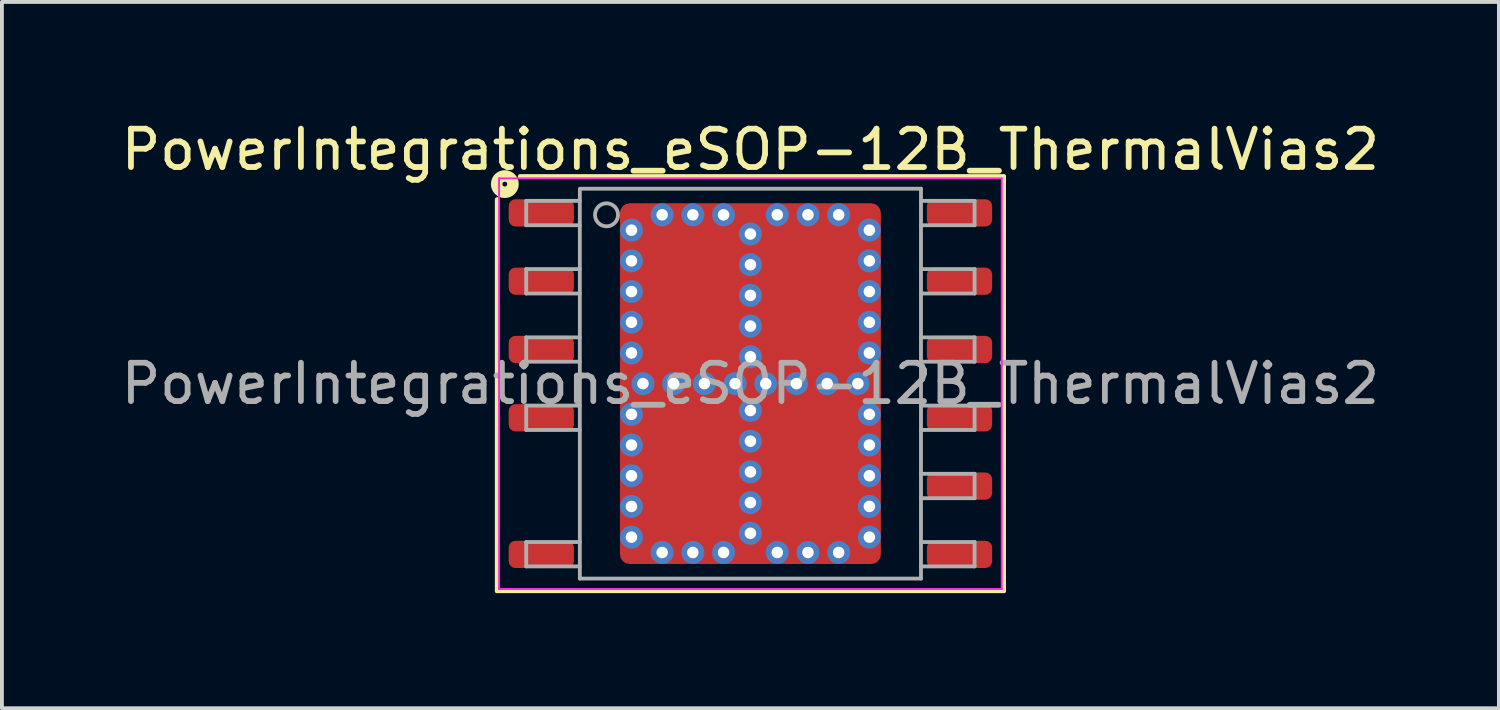
<source format=kicad_pcb>
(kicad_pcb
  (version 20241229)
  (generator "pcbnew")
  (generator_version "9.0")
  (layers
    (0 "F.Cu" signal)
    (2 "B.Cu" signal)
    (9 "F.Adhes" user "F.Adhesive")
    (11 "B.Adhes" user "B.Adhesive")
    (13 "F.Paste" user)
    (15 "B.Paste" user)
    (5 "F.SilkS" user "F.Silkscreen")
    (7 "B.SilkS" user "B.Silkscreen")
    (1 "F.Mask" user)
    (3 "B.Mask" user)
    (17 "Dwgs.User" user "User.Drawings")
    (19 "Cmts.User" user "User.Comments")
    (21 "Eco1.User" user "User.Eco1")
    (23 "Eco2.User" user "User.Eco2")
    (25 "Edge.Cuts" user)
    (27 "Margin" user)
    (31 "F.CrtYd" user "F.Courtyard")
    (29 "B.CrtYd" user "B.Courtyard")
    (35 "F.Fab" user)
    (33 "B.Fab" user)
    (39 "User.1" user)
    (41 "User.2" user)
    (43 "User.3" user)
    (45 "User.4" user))
  (footprint "PowerIntegrations_eSOP-12B_ThermalVias2"
    (layer "F.Cu")
    (at 16.506 6.948)
    (property "Reference" "PowerIntegrations_eSOP-12B_ThermalVias2" (at 0 -6.1 0) (layer "F.SilkS") (effects (font (size 1 1) (thickness 0.15))))
    (attr smd)
    (fp_line (start -6.6 -4.8) (end -6.6 5.4) (stroke (width 0.12) (type solid)) (layer "F.SilkS"))
    (fp_line (start -6 -5.4) (end 6.6 -5.4) (stroke (width 0.12) (type solid)) (layer "F.SilkS"))
    (fp_line (start 6.6 -5.4) (end 6.6 5.4) (stroke (width 0.12) (type solid)) (layer "F.SilkS"))
    (fp_line (start 6.6 5.4) (end -6.6 5.4) (stroke (width 0.12) (type solid)) (layer "F.SilkS"))
    (fp_circle (center -6.4 -5.2) (end -6.337 -5.2) (stroke (width 0.3) (type solid)) (fill no) (layer "F.SilkS"))
    (fp_line (start -6.55 -5.35) (end 6.55 -5.35) (stroke (width 0.05) (type solid)) (layer "F.CrtYd"))
    (fp_line (start -6.55 5.35) (end -6.55 -5.35) (stroke (width 0.05) (type solid)) (layer "F.CrtYd"))
    (fp_line (start 6.55 -5.35) (end 6.55 5.35) (stroke (width 0.05) (type solid)) (layer "F.CrtYd"))
    (fp_line (start 6.55 5.35) (end -6.55 5.35) (stroke (width 0.05) (type solid)) (layer "F.CrtYd"))
    (fp_line (start -5.842 -4.763) (end -5.842 -4.128) (stroke (width 0.1) (type solid)) (layer "F.Fab"))
    (fp_line (start -5.842 -4.763) (end -4.445 -4.763) (stroke (width 0.1) (type solid)) (layer "F.Fab"))
    (fp_line (start -5.842 -4.128) (end -4.445 -4.128) (stroke (width 0.1) (type solid)) (layer "F.Fab"))
    (fp_line (start -5.842 -2.985) (end -5.842 -2.349) (stroke (width 0.1) (type solid)) (layer "F.Fab"))
    (fp_line (start -5.842 -2.985) (end -4.445 -2.985) (stroke (width 0.1) (type solid)) (layer "F.Fab"))
    (fp_line (start -5.842 -2.349) (end -4.445 -2.349) (stroke (width 0.1) (type solid)) (layer "F.Fab"))
    (fp_line (start -5.842 -1.206) (end -5.842 -0.572) (stroke (width 0.1) (type solid)) (layer "F.Fab"))
    (fp_line (start -5.842 -1.206) (end -4.445 -1.206) (stroke (width 0.1) (type solid)) (layer "F.Fab"))
    (fp_line (start -5.842 -0.572) (end -4.445 -0.572) (stroke (width 0.1) (type solid)) (layer "F.Fab"))
    (fp_line (start -5.842 0.572) (end -5.842 1.206) (stroke (width 0.1) (type solid)) (layer "F.Fab"))
    (fp_line (start -5.842 0.572) (end -4.445 0.572) (stroke (width 0.1) (type solid)) (layer "F.Fab"))
    (fp_line (start -5.842 1.206) (end -4.445 1.206) (stroke (width 0.1) (type solid)) (layer "F.Fab"))
    (fp_line (start -5.842 4.128) (end -5.842 4.763) (stroke (width 0.1) (type solid)) (layer "F.Fab"))
    (fp_line (start -5.842 4.128) (end -4.445 4.128) (stroke (width 0.1) (type solid)) (layer "F.Fab"))
    (fp_line (start -5.842 4.763) (end -4.445 4.763) (stroke (width 0.1) (type solid)) (layer "F.Fab"))
    (fp_line (start -4.445 -5.07) (end -4.445 5.08) (stroke (width 0.1) (type solid)) (layer "F.Fab"))
    (fp_line (start -4.445 5.08) (end 4.445 5.08) (stroke (width 0.1) (type solid)) (layer "F.Fab"))
    (fp_line (start 4.445 -5.08) (end -4.44 -5.08) (stroke (width 0.1) (type solid)) (layer "F.Fab"))
    (fp_line (start 4.445 5.08) (end 4.445 -5.08) (stroke (width 0.1) (type solid)) (layer "F.Fab"))
    (fp_line (start 5.842 -4.763) (end 4.445 -4.763) (stroke (width 0.1) (type solid)) (layer "F.Fab"))
    (fp_line (start 5.842 -4.128) (end 4.445 -4.128) (stroke (width 0.1) (type solid)) (layer "F.Fab"))
    (fp_line (start 5.842 -4.128) (end 5.842 -4.763) (stroke (width 0.1) (type solid)) (layer "F.Fab"))
    (fp_line (start 5.842 -2.985) (end 4.445 -2.985) (stroke (width 0.1) (type solid)) (layer "F.Fab"))
    (fp_line (start 5.842 -2.349) (end 4.445 -2.349) (stroke (width 0.1) (type solid)) (layer "F.Fab"))
    (fp_line (start 5.842 -2.349) (end 5.842 -2.985) (stroke (width 0.1) (type solid)) (layer "F.Fab"))
    (fp_line (start 5.842 -1.206) (end 4.445 -1.206) (stroke (width 0.1) (type solid)) (layer "F.Fab"))
    (fp_line (start 5.842 -0.572) (end 4.445 -0.572) (stroke (width 0.1) (type solid)) (layer "F.Fab"))
    (fp_line (start 5.842 -0.572) (end 5.842 -1.206) (stroke (width 0.1) (type solid)) (layer "F.Fab"))
    (fp_line (start 5.842 0.572) (end 4.445 0.572) (stroke (width 0.1) (type solid)) (layer "F.Fab"))
    (fp_line (start 5.842 1.206) (end 4.445 1.206) (stroke (width 0.1) (type solid)) (layer "F.Fab"))
    (fp_line (start 5.842 1.206) (end 5.842 0.572) (stroke (width 0.1) (type solid)) (layer "F.Fab"))
    (fp_line (start 5.842 2.349) (end 4.445 2.349) (stroke (width 0.1) (type solid)) (layer "F.Fab"))
    (fp_line (start 5.842 2.985) (end 4.445 2.985) (stroke (width 0.1) (type solid)) (layer "F.Fab"))
    (fp_line (start 5.842 2.985) (end 5.842 2.349) (stroke (width 0.1) (type solid)) (layer "F.Fab"))
    (fp_line (start 5.842 4.128) (end 4.445 4.128) (stroke (width 0.1) (type solid)) (layer "F.Fab"))
    (fp_line (start 5.842 4.763) (end 4.445 4.763) (stroke (width 0.1) (type solid)) (layer "F.Fab"))
    (fp_line (start 5.842 4.763) (end 5.842 4.128) (stroke (width 0.1) (type solid)) (layer "F.Fab"))
    (fp_circle (center -3.75 -4.4) (end -3.45 -4.4) (stroke (width 0.1) (type solid)) (fill no) (layer "F.Fab"))
    (fp_text user "${REFERENCE}" (at 0 0 0) (layer "F.Fab") (effects (font (size 1 1) (thickness 0.15))))
    (pad "" smd roundrect (at -2.15 -3.45 270) (size 1 1) (layers "F.Paste") (roundrect_rratio 0.25))
    (pad "" smd roundrect (at -2.15 -2.2 270) (size 1 1) (layers "F.Paste") (roundrect_rratio 0.25))
    (pad "" smd roundrect (at -2.15 -0.95 270) (size 1 1) (layers "F.Paste") (roundrect_rratio 0.25))
    (pad "" smd roundrect (at -2.15 0.95 270) (size 1 1) (layers "F.Paste") (roundrect_rratio 0.25))
    (pad "" smd roundrect (at -2.15 2.2 270) (size 1 1) (layers "F.Paste") (roundrect_rratio 0.25))
    (pad "" smd roundrect (at -2.15 3.45 270) (size 1 1) (layers "F.Paste") (roundrect_rratio 0.25))
    (pad "" smd roundrect (at -1.525 -2.188) (size 2.45 3.775) (layers "F.Mask") (roundrect_rratio 0.102))
    (pad "" smd roundrect (at -1.525 2.188) (size 2.45 3.775) (layers "F.Mask") (roundrect_rratio 0.102))
    (pad "" smd roundrect (at -0.9 -3.45 270) (size 1 1) (layers "F.Paste") (roundrect_rratio 0.25))
    (pad "" smd roundrect (at -0.9 -2.2 270) (size 1 1) (layers "F.Paste") (roundrect_rratio 0.25))
    (pad "" smd roundrect (at -0.9 -0.95 270) (size 1 1) (layers "F.Paste") (roundrect_rratio 0.25))
    (pad "" smd roundrect (at -0.9 0.95 270) (size 1 1) (layers "F.Paste") (roundrect_rratio 0.25))
    (pad "" smd roundrect (at -0.9 2.2 270) (size 1 1) (layers "F.Paste") (roundrect_rratio 0.25))
    (pad "" smd roundrect (at -0.9 3.45 270) (size 1 1) (layers "F.Paste") (roundrect_rratio 0.25))
    (pad "" smd roundrect (at 0.9 -3.45 270) (size 1 1) (layers "F.Paste") (roundrect_rratio 0.25))
    (pad "" smd roundrect (at 0.9 -2.2 270) (size 1 1) (layers "F.Paste") (roundrect_rratio 0.25))
    (pad "" smd roundrect (at 0.9 -0.95 270) (size 1 1) (layers "F.Paste") (roundrect_rratio 0.25))
    (pad "" smd roundrect (at 0.9 0.95 270) (size 1 1) (layers "F.Paste") (roundrect_rratio 0.25))
    (pad "" smd roundrect (at 0.9 2.2 270) (size 1 1) (layers "F.Paste") (roundrect_rratio 0.25))
    (pad "" smd roundrect (at 0.9 3.45 270) (size 1 1) (layers "F.Paste") (roundrect_rratio 0.25))
    (pad "" smd roundrect (at 1.525 -2.188) (size 2.45 3.775) (layers "F.Mask") (roundrect_rratio 0.102))
    (pad "" smd roundrect (at 1.525 2.188) (size 2.45 3.775) (layers "F.Mask") (roundrect_rratio 0.102))
    (pad "" smd roundrect (at 2.15 -3.45 270) (size 1 1) (layers "F.Paste") (roundrect_rratio 0.25))
    (pad "" smd roundrect (at 2.15 -2.2 270) (size 1 1) (layers "F.Paste") (roundrect_rratio 0.25))
    (pad "" smd roundrect (at 2.15 -0.95 270) (size 1 1) (layers "F.Paste") (roundrect_rratio 0.25))
    (pad "" smd roundrect (at 2.15 0.95 270) (size 1 1) (layers "F.Paste") (roundrect_rratio 0.25))
    (pad "" smd roundrect (at 2.15 2.2 270) (size 1 1) (layers "F.Paste") (roundrect_rratio 0.25))
    (pad "" smd roundrect (at 2.15 3.45 270) (size 1 1) (layers "F.Paste") (roundrect_rratio 0.25))
    (pad "1" smd roundrect (at -5.45 -4.45 270) (size 0.71 1.7) (layers "F.Cu" "F.Mask" "F.Paste") (roundrect_rratio 0.25))
    (pad "2" smd roundrect (at -5.45 -2.67 270) (size 0.71 1.7) (layers "F.Cu" "F.Mask" "F.Paste") (roundrect_rratio 0.25))
    (pad "3" smd roundrect (at -5.45 -0.89 270) (size 0.71 1.7) (layers "F.Cu" "F.Mask" "F.Paste") (roundrect_rratio 0.25))
    (pad "4" smd roundrect (at -5.45 0.89 270) (size 0.71 1.7) (layers "F.Cu" "F.Mask" "F.Paste") (roundrect_rratio 0.25))
    (pad "6" smd roundrect (at -5.45 4.45 270) (size 0.71 1.7) (layers "F.Cu" "F.Mask" "F.Paste") (roundrect_rratio 0.25))
    (pad "7" smd roundrect (at 5.45 4.45 270) (size 0.71 1.7) (layers "F.Cu" "F.Mask" "F.Paste") (roundrect_rratio 0.25))
    (pad "8" smd roundrect (at 5.45 2.67 270) (size 0.71 1.7) (layers "F.Cu" "F.Mask" "F.Paste") (roundrect_rratio 0.25))
    (pad "9" smd roundrect (at 5.45 0.89 270) (size 0.71 1.7) (layers "F.Cu" "F.Mask" "F.Paste") (roundrect_rratio 0.25))
    (pad "10" smd roundrect (at 5.45 -0.89 270) (size 0.71 1.7) (layers "F.Cu" "F.Mask" "F.Paste") (roundrect_rratio 0.25))
    (pad "11" smd roundrect (at 5.45 -2.67 270) (size 0.71 1.7) (layers "F.Cu" "F.Mask" "F.Paste") (roundrect_rratio 0.25))
    (pad "12" smd roundrect (at 5.45 -4.45 270) (size 0.71 1.7) (layers "F.Cu" "F.Mask" "F.Paste") (roundrect_rratio 0.25))
    (pad "13" thru_hole circle (at -3.1 -4 180) (size 0.6 0.6) (drill 0.3) (property pad_prop_heatsink) (layers "*.Cu" "*.Mask"))
    (pad "13" thru_hole circle (at -3.1 -3.2 180) (size 0.6 0.6) (drill 0.3) (property pad_prop_heatsink) (layers "*.Cu" "*.Mask"))
    (pad "13" thru_hole circle (at -3.1 -2.4 180) (size 0.6 0.6) (drill 0.3) (property pad_prop_heatsink) (layers "*.Cu" "*.Mask"))
    (pad "13" thru_hole circle (at -3.1 -1.6 180) (size 0.6 0.6) (drill 0.3) (property pad_prop_heatsink) (layers "*.Cu" "*.Mask"))
    (pad "13" thru_hole circle (at -3.1 -0.8 180) (size 0.6 0.6) (drill 0.3) (property pad_prop_heatsink) (layers "*.Cu" "*.Mask"))
    (pad "13" thru_hole circle (at -3.1 0.8) (size 0.6 0.6) (drill 0.3) (property pad_prop_heatsink) (layers "*.Cu" "*.Mask"))
    (pad "13" thru_hole circle (at -3.1 1.6) (size 0.6 0.6) (drill 0.3) (property pad_prop_heatsink) (layers "*.Cu" "*.Mask"))
    (pad "13" thru_hole circle (at -3.1 2.4) (size 0.6 0.6) (drill 0.3) (property pad_prop_heatsink) (layers "*.Cu" "*.Mask"))
    (pad "13" thru_hole circle (at -3.1 3.2) (size 0.6 0.6) (drill 0.3) (property pad_prop_heatsink) (layers "*.Cu" "*.Mask"))
    (pad "13" thru_hole circle (at -3.1 4) (size 0.6 0.6) (drill 0.3) (property pad_prop_heatsink) (layers "*.Cu" "*.Mask"))
    (pad "13" thru_hole circle (at -2.8 0) (size 0.6 0.6) (drill 0.3) (property pad_prop_heatsink) (layers "*.Cu" "*.Mask"))
    (pad "13" thru_hole circle (at -2.3 -4.4 180) (size 0.6 0.6) (drill 0.3) (property pad_prop_heatsink) (layers "*.Cu" "*.Mask"))
    (pad "13" thru_hole circle (at -2.3 4.4) (size 0.6 0.6) (drill 0.3) (property pad_prop_heatsink) (layers "*.Cu" "*.Mask"))
    (pad "13" thru_hole circle (at -2 0) (size 0.6 0.6) (drill 0.3) (property pad_prop_heatsink) (layers "*.Cu" "*.Mask"))
    (pad "13" thru_hole circle (at -1.5 -4.4 180) (size 0.6 0.6) (drill 0.3) (property pad_prop_heatsink) (layers "*.Cu" "*.Mask"))
    (pad "13" thru_hole circle (at -1.5 4.4) (size 0.6 0.6) (drill 0.3) (property pad_prop_heatsink) (layers "*.Cu" "*.Mask"))
    (pad "13" thru_hole circle (at -1.2 0) (size 0.6 0.6) (drill 0.3) (property pad_prop_heatsink) (layers "*.Cu" "*.Mask"))
    (pad "13" thru_hole circle (at -0.7 -4.4 180) (size 0.6 0.6) (drill 0.3) (property pad_prop_heatsink) (layers "*.Cu" "*.Mask"))
    (pad "13" thru_hole circle (at -0.7 4.4) (size 0.6 0.6) (drill 0.3) (property pad_prop_heatsink) (layers "*.Cu" "*.Mask"))
    (pad "13" thru_hole circle (at -0.4 0) (size 0.6 0.6) (drill 0.3) (property pad_prop_heatsink) (layers "*.Cu" "*.Mask"))
    (pad "13" thru_hole circle (at 0 -3.9) (size 0.6 0.6) (drill 0.3) (property pad_prop_heatsink) (layers "*.Cu" "*.Mask"))
    (pad "13" thru_hole circle (at 0 -3.1) (size 0.6 0.6) (drill 0.3) (property pad_prop_heatsink) (layers "*.Cu" "*.Mask"))
    (pad "13" thru_hole circle (at 0 -2.3) (size 0.6 0.6) (drill 0.3) (property pad_prop_heatsink) (layers "*.Cu" "*.Mask"))
    (pad "13" thru_hole circle (at 0 -1.5) (size 0.6 0.6) (drill 0.3) (property pad_prop_heatsink) (layers "*.Cu" "*.Mask"))
    (pad "13" thru_hole circle (at 0 -0.7) (size 0.6 0.6) (drill 0.3) (property pad_prop_heatsink) (layers "*.Cu" "*.Mask"))
    (pad "13" smd roundrect (at 0 0 270) (size 9.4 6.8) (layers "F.Cu") (roundrect_rratio 0.037))
    (pad "13" thru_hole circle (at 0 0.7) (size 0.6 0.6) (drill 0.3) (property pad_prop_heatsink) (layers "*.Cu" "*.Mask"))
    (pad "13" thru_hole circle (at 0 1.5) (size 0.6 0.6) (drill 0.3) (property pad_prop_heatsink) (layers "*.Cu" "*.Mask"))
    (pad "13" thru_hole circle (at 0 2.3) (size 0.6 0.6) (drill 0.3) (property pad_prop_heatsink) (layers "*.Cu" "*.Mask"))
    (pad "13" thru_hole circle (at 0 3.1) (size 0.6 0.6) (drill 0.3) (property pad_prop_heatsink) (layers "*.Cu" "*.Mask"))
    (pad "13" thru_hole circle (at 0 3.9) (size 0.6 0.6) (drill 0.3) (property pad_prop_heatsink) (layers "*.Cu" "*.Mask"))
    (pad "13" thru_hole circle (at 0.4 0) (size 0.6 0.6) (drill 0.3) (property pad_prop_heatsink) (layers "*.Cu" "*.Mask"))
    (pad "13" thru_hole circle (at 0.7 -4.4 180) (size 0.6 0.6) (drill 0.3) (property pad_prop_heatsink) (layers "*.Cu" "*.Mask"))
    (pad "13" thru_hole circle (at 0.7 4.4) (size 0.6 0.6) (drill 0.3) (property pad_prop_heatsink) (layers "*.Cu" "*.Mask"))
    (pad "13" thru_hole circle (at 1.2 0) (size 0.6 0.6) (drill 0.3) (property pad_prop_heatsink) (layers "*.Cu" "*.Mask"))
    (pad "13" thru_hole circle (at 1.5 -4.4 180) (size 0.6 0.6) (drill 0.3) (property pad_prop_heatsink) (layers "*.Cu" "*.Mask"))
    (pad "13" thru_hole circle (at 1.5 4.4) (size 0.6 0.6) (drill 0.3) (property pad_prop_heatsink) (layers "*.Cu" "*.Mask"))
    (pad "13" thru_hole circle (at 2 0) (size 0.6 0.6) (drill 0.3) (property pad_prop_heatsink) (layers "*.Cu" "*.Mask"))
    (pad "13" thru_hole circle (at 2.3 -4.4 180) (size 0.6 0.6) (drill 0.3) (property pad_prop_heatsink) (layers "*.Cu" "*.Mask"))
    (pad "13" thru_hole circle (at 2.3 4.4) (size 0.6 0.6) (drill 0.3) (property pad_prop_heatsink) (layers "*.Cu" "*.Mask"))
    (pad "13" thru_hole circle (at 2.8 0) (size 0.6 0.6) (drill 0.3) (property pad_prop_heatsink) (layers "*.Cu" "*.Mask"))
    (pad "13" thru_hole circle (at 3.1 -4 180) (size 0.6 0.6) (drill 0.3) (property pad_prop_heatsink) (layers "*.Cu" "*.Mask"))
    (pad "13" thru_hole circle (at 3.1 -3.2 180) (size 0.6 0.6) (drill 0.3) (property pad_prop_heatsink) (layers "*.Cu" "*.Mask"))
    (pad "13" thru_hole circle (at 3.1 -2.4 180) (size 0.6 0.6) (drill 0.3) (property pad_prop_heatsink) (layers "*.Cu" "*.Mask"))
    (pad "13" thru_hole circle (at 3.1 -1.6 180) (size 0.6 0.6) (drill 0.3) (property pad_prop_heatsink) (layers "*.Cu" "*.Mask"))
    (pad "13" thru_hole circle (at 3.1 -0.8 180) (size 0.6 0.6) (drill 0.3) (property pad_prop_heatsink) (layers "*.Cu" "*.Mask"))
    (pad "13" thru_hole circle (at 3.1 0.8) (size 0.6 0.6) (drill 0.3) (property pad_prop_heatsink) (layers "*.Cu" "*.Mask"))
    (pad "13" thru_hole circle (at 3.1 1.6) (size 0.6 0.6) (drill 0.3) (property pad_prop_heatsink) (layers "*.Cu" "*.Mask"))
    (pad "13" thru_hole circle (at 3.1 2.4) (size 0.6 0.6) (drill 0.3) (property pad_prop_heatsink) (layers "*.Cu" "*.Mask"))
    (pad "13" thru_hole circle (at 3.1 3.2) (size 0.6 0.6) (drill 0.3) (property pad_prop_heatsink) (layers "*.Cu" "*.Mask"))
    (pad "13" thru_hole circle (at 3.1 4) (size 0.6 0.6) (drill 0.3) (property pad_prop_heatsink) (layers "*.Cu" "*.Mask")))
  (gr_rect
    (start -3 -3)
    (end 36.012 15.408)
    (stroke (width 0.1) (type default))
    (fill no)
    (layer "Edge.Cuts")))
</source>
